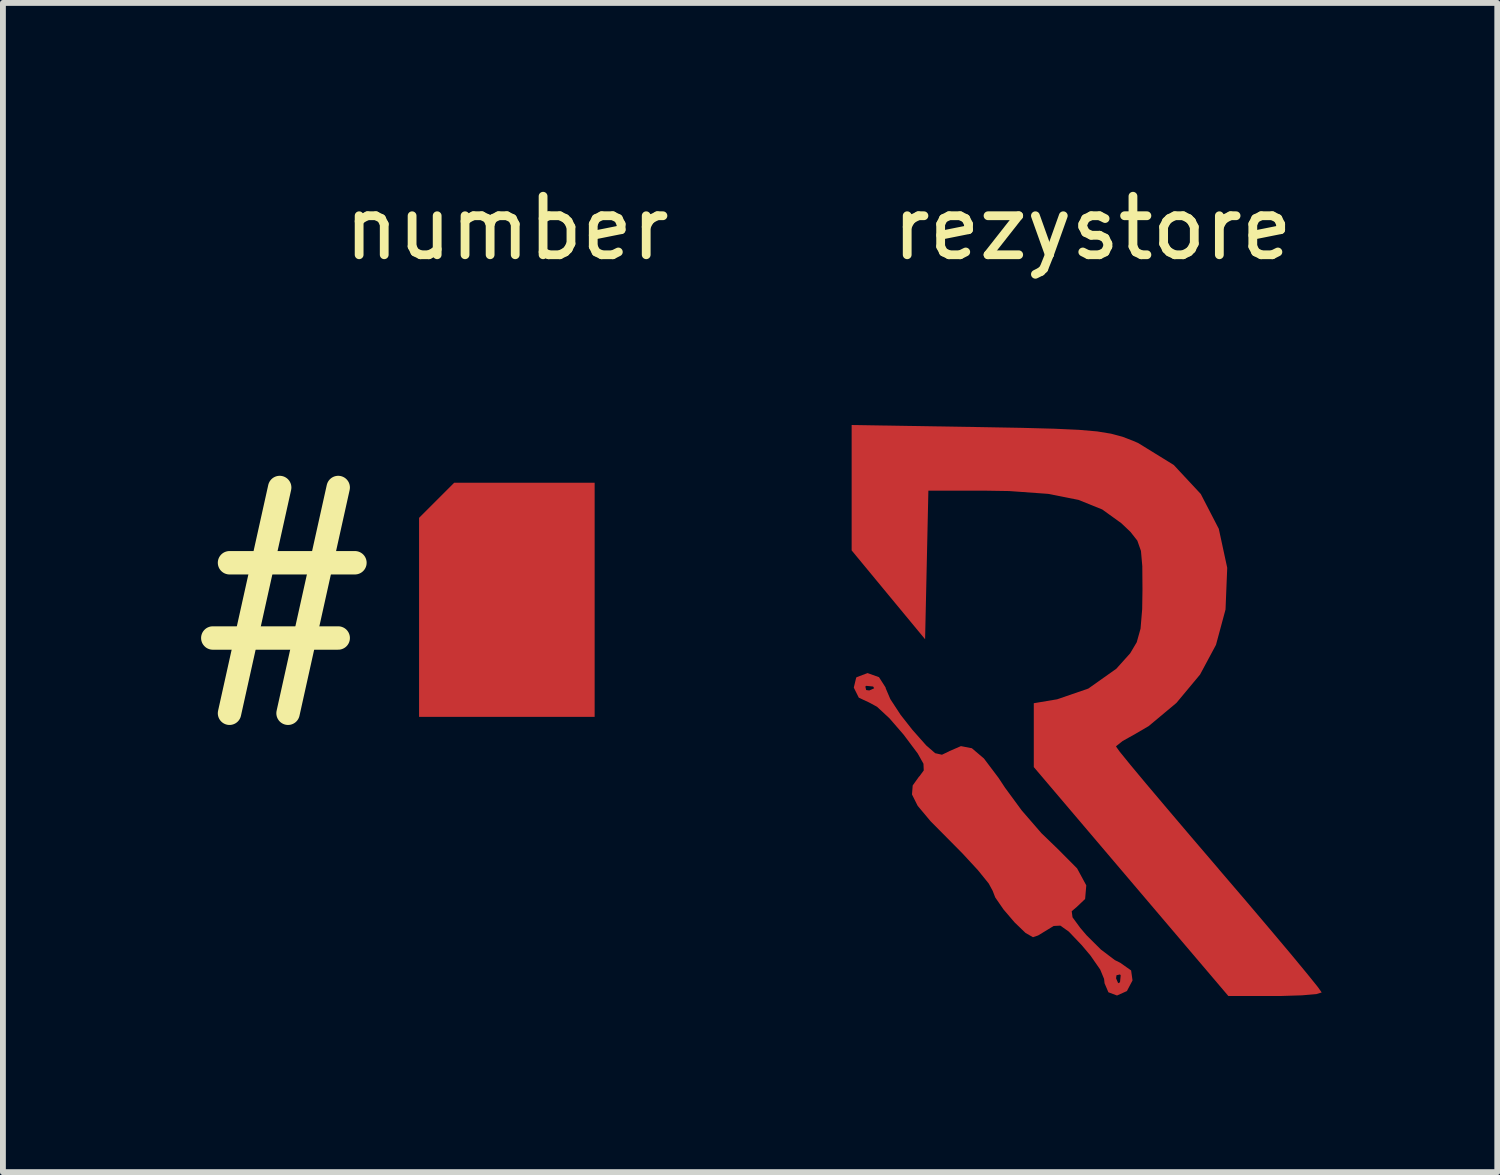
<source format=kicad_pcb>
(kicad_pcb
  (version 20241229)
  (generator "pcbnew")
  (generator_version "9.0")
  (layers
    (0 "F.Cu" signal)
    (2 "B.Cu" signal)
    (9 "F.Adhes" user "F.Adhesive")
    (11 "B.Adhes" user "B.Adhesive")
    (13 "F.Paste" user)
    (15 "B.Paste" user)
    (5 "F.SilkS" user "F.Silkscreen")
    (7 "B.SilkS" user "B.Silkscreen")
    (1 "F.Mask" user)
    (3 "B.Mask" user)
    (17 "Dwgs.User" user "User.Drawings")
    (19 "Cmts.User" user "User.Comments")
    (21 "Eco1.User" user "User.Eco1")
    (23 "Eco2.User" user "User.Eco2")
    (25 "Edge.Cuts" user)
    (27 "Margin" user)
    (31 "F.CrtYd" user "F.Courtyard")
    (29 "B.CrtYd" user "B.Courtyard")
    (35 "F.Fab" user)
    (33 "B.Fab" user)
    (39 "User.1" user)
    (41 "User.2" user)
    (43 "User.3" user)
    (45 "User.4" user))
  (footprint "number"
    (layer "F.Cu")
    (at 5.61 7.198)
    (property "Reference" "number" (at 0 -6.35 0) (unlocked yes) (layer "F.SilkS") (effects (font (size 1 1) (thickness 0.15))))
    (attr smd)
    (fp_text user "#" (at -3.81 0 0) (unlocked yes) (layer "F.SilkS") (effects (font (size 3 3) (thickness 0.4))))
    (pad "1" smd roundrect (at 0 0) (size 3 4) (layers "F.Cu" "F.Mask") (roundrect_rratio 0) (chamfer_ratio 0.2) (chamfer top_left)))
  (footprint "rezystore"
    (layer "F.Cu")
    (at 15.617 9.048)
    (property "Reference" "rezystore" (at 0 -8.2 0) (unlocked yes) (layer "F.SilkS") (effects (font (size 1 1) (thickness 0.15))))
    (attr smd)
    (fp_poly (pts (xy -1.933 -4.801) (xy -1.207 -4.788) (xy -0.651 -4.773) (xy -0.233 -4.754) (xy 0.079 -4.727) (xy 0.317 -4.688) (xy 0.511 -4.636) (xy 0.693 -4.566) (xy 0.782 -4.527) (xy 1.387 -4.154) (xy 1.849 -3.658) (xy 2.157 -3.063) (xy 2.301 -2.397) (xy 2.272 -1.684) (xy 2.109 -1.08) (xy 1.837 -0.573) (xy 1.433 -0.088) (xy 0.959 0.308) (xy 0.728 0.443) (xy 0.514 0.563) (xy 0.405 0.649) (xy 0.402 0.658) (xy 0.464 0.745) (xy 0.641 0.963) (xy 0.916 1.293) (xy 1.271 1.713) (xy 1.689 2.205) (xy 2.153 2.747) (xy 2.158 2.754) (xy 2.623 3.297) (xy 3.042 3.791) (xy 3.398 4.214) (xy 3.673 4.547) (xy 3.851 4.768) (xy 3.915 4.859) (xy 3.915 4.859) (xy 3.823 4.887) (xy 3.577 4.908) (xy 3.227 4.919) (xy 3.118 4.919) (xy 2.32 4.919) (xy 0.658 2.964) (xy -1.004 1.008) (xy -1.004 -0.083) (xy -0.605 -0.15) (xy -0.073 -0.333) (xy 0.406 -0.672) (xy 0.643 -0.936) (xy 0.755 -1.125) (xy 0.82 -1.357) (xy 0.848 -1.69) (xy 0.853 -2.023) (xy 0.85 -2.425) (xy 0.827 -2.685) (xy 0.765 -2.861) (xy 0.647 -3.011) (xy 0.491 -3.159) (xy 0.166 -3.393) (xy -0.24 -3.557) (xy -0.759 -3.66) (xy -1.423 -3.708) (xy -1.859 -3.715) (xy -2.805 -3.715) (xy -2.833 -2.445) (xy -2.861 -1.176) (xy -3.489 -1.935) (xy -4.116 -2.694) (xy -4.116 -4.836)) (stroke (width 0) (type solid)) (fill yes) (layer "F.Cu"))
    (fp_poly (pts (xy -3.649 -0.528) (xy -3.536 -0.352) (xy -3.534 -0.338) (xy -3.455 -0.153) (xy -3.279 0.116) (xy -3.077 0.373) (xy -2.842 0.638) (xy -2.689 0.771) (xy -2.573 0.797) (xy -2.453 0.74) (xy -2.445 0.735) (xy -2.249 0.65) (xy -2.062 0.686) (xy -1.856 0.861) (xy -1.605 1.194) (xy -1.497 1.358) (xy -1.21 1.749) (xy -0.872 2.139) (xy -0.594 2.407) (xy -0.264 2.739) (xy -0.107 3.029) (xy -0.127 3.262) (xy -0.27 3.398) (xy -0.356 3.471) (xy -0.342 3.575) (xy -0.211 3.754) (xy -0.104 3.88) (xy 0.142 4.125) (xy 0.381 4.306) (xy 0.474 4.352) (xy 0.659 4.483) (xy 0.683 4.653) (xy 0.587 4.835) (xy 0.418 4.911) (xy 0.271 4.856) (xy 0.205 4.702) (xy 0.197 4.627) (xy 0.193 4.618) (xy 0.402 4.618) (xy 0.438 4.701) (xy 0.469 4.685) (xy 0.481 4.566) (xy 0.469 4.551) (xy 0.409 4.565) (xy 0.402 4.618) (xy 0.193 4.618) (xy 0.131 4.468) (xy -0.035 4.229) (xy -0.184 4.052) (xy -0.406 3.819) (xy -0.55 3.717) (xy -0.665 3.723) (xy -0.751 3.776) (xy -0.93 3.885) (xy -1.018 3.915) (xy -1.145 3.842) (xy -1.331 3.663) (xy -1.521 3.441) (xy -1.663 3.235) (xy -1.706 3.123) (xy -1.775 2.996) (xy -1.958 2.77) (xy -2.224 2.482) (xy -2.409 2.295) (xy -2.768 1.933) (xy -2.988 1.67) (xy -3.085 1.476) (xy -3.073 1.322) (xy -2.968 1.175) (xy -2.955 1.162) (xy -2.884 1.065) (xy -2.889 0.951) (xy -2.987 0.776) (xy -3.196 0.497) (xy -3.23 0.452) (xy -3.469 0.176) (xy -3.682 -0.022) (xy -3.826 -0.1) (xy -3.828 -0.1) (xy -3.994 -0.178) (xy -4.079 -0.349) (xy -4.075 -0.368) (xy -3.882 -0.368) (xy -3.868 -0.308) (xy -3.815 -0.301) (xy -3.732 -0.338) (xy -3.748 -0.368) (xy -3.867 -0.38) (xy -3.882 -0.368) (xy -4.075 -0.368) (xy -4.039 -0.518) (xy -4.03 -0.528) (xy -3.844 -0.598)) (stroke (width 0) (type solid)) (fill yes) (layer "F.Cu"))
    (fp_poly (pts (xy -1.936 -4.791) (xy -1.211 -4.778) (xy -0.655 -4.764) (xy -0.236 -4.744) (xy 0.076 -4.717) (xy 0.313 -4.679) (xy 0.507 -4.627) (xy 0.69 -4.557) (xy 0.778 -4.518) (xy 1.384 -4.145) (xy 1.846 -3.648) (xy 2.153 -3.054) (xy 2.298 -2.387) (xy 2.268 -1.675) (xy 2.106 -1.07) (xy 1.834 -0.564) (xy 1.429 -0.078) (xy 0.955 0.317) (xy 0.724 0.453) (xy 0.511 0.573) (xy 0.402 0.658) (xy 0.398 0.668) (xy 0.461 0.754) (xy 0.638 0.972) (xy 0.912 1.302) (xy 1.267 1.723) (xy 1.685 2.214) (xy 2.149 2.757) (xy 2.155 2.763) (xy 2.62 3.306) (xy 3.039 3.8) (xy 3.394 4.223) (xy 3.67 4.556) (xy 3.848 4.778) (xy 3.912 4.868) (xy 3.912 4.868) (xy 3.819 4.896) (xy 3.574 4.918) (xy 3.223 4.928) (xy 3.114 4.929) (xy 2.317 4.929) (xy 0.655 2.973) (xy -1.008 1.017) (xy -1.008 -0.073) (xy -0.608 -0.141) (xy -0.077 -0.324) (xy 0.403 -0.662) (xy 0.64 -0.927) (xy 0.751 -1.116) (xy 0.816 -1.348) (xy 0.845 -1.68) (xy 0.85 -2.014) (xy 0.846 -2.416) (xy 0.823 -2.676) (xy 0.761 -2.852) (xy 0.643 -3.002) (xy 0.487 -3.15) (xy 0.162 -3.383) (xy -0.244 -3.548) (xy -0.762 -3.65) (xy -1.427 -3.699) (xy -1.863 -3.705) (xy -2.809 -3.705) (xy -2.837 -2.436) (xy -2.865 -1.167) (xy -3.492 -1.926) (xy -4.12 -2.685) (xy -4.12 -4.827)) (stroke (width 0) (type solid)) (fill yes) (layer "F.Mask"))
    (fp_poly (pts (xy -3.653 -0.518) (xy -3.54 -0.342) (xy -3.537 -0.329) (xy -3.458 -0.144) (xy -3.283 0.125) (xy -3.081 0.382) (xy -2.846 0.648) (xy -2.692 0.781) (xy -2.577 0.806) (xy -2.456 0.749) (xy -2.448 0.744) (xy -2.252 0.659) (xy -2.065 0.695) (xy -1.86 0.87) (xy -1.609 1.203) (xy -1.5 1.367) (xy -1.214 1.759) (xy -0.876 2.148) (xy -0.598 2.416) (xy -0.268 2.748) (xy -0.111 3.038) (xy -0.13 3.271) (xy -0.274 3.408) (xy -0.36 3.48) (xy -0.345 3.584) (xy -0.215 3.764) (xy -0.107 3.889) (xy 0.138 4.134) (xy 0.377 4.315) (xy 0.47 4.362) (xy 0.656 4.492) (xy 0.68 4.662) (xy 0.584 4.844) (xy 0.414 4.92) (xy 0.268 4.865) (xy 0.202 4.711) (xy 0.193 4.636) (xy 0.19 4.628) (xy 0.398 4.628) (xy 0.435 4.71) (xy 0.465 4.694) (xy 0.477 4.575) (xy 0.465 4.561) (xy 0.405 4.574) (xy 0.398 4.628) (xy 0.19 4.628) (xy 0.127 4.477) (xy -0.039 4.238) (xy -0.187 4.061) (xy -0.41 3.828) (xy -0.554 3.726) (xy -0.668 3.732) (xy -0.755 3.785) (xy -0.934 3.895) (xy -1.022 3.925) (xy -1.149 3.852) (xy -1.334 3.673) (xy -1.525 3.45) (xy -1.667 3.244) (xy -1.71 3.132) (xy -1.778 3.006) (xy -1.961 2.779) (xy -2.228 2.491) (xy -2.413 2.305) (xy -2.771 1.942) (xy -2.992 1.679) (xy -3.089 1.486) (xy -3.077 1.331) (xy -2.971 1.185) (xy -2.959 1.172) (xy -2.888 1.074) (xy -2.893 0.96) (xy -2.991 0.785) (xy -3.199 0.506) (xy -3.234 0.462) (xy -3.472 0.185) (xy -3.686 -0.013) (xy -3.83 -0.091) (xy -3.832 -0.091) (xy -3.998 -0.169) (xy -4.083 -0.339) (xy -4.078 -0.359) (xy -3.886 -0.359) (xy -3.872 -0.299) (xy -3.819 -0.292) (xy -3.736 -0.329) (xy -3.752 -0.359) (xy -3.871 -0.371) (xy -3.886 -0.359) (xy -4.078 -0.359) (xy -4.043 -0.509) (xy -4.033 -0.519) (xy -3.848 -0.589)) (stroke (width 0) (type solid)) (fill yes) (layer "F.Mask"))
    (fp_poly (pts (xy -1.933 -4.801) (xy -1.207 -4.788) (xy -0.651 -4.773) (xy -0.233 -4.754) (xy 0.079 -4.727) (xy 0.317 -4.688) (xy 0.511 -4.636) (xy 0.693 -4.566) (xy 0.782 -4.527) (xy 1.387 -4.154) (xy 1.849 -3.658) (xy 2.157 -3.063) (xy 2.301 -2.397) (xy 2.272 -1.684) (xy 2.109 -1.08) (xy 1.837 -0.573) (xy 1.433 -0.088) (xy 0.959 0.308) (xy 0.728 0.443) (xy 0.514 0.563) (xy 0.405 0.649) (xy 0.402 0.658) (xy 0.464 0.745) (xy 0.641 0.963) (xy 0.916 1.293) (xy 1.271 1.713) (xy 1.689 2.205) (xy 2.153 2.747) (xy 2.158 2.754) (xy 2.623 3.297) (xy 3.042 3.791) (xy 3.398 4.214) (xy 3.673 4.547) (xy 3.851 4.768) (xy 3.915 4.859) (xy 3.915 4.859) (xy 3.823 4.887) (xy 3.577 4.908) (xy 3.227 4.919) (xy 3.118 4.919) (xy 2.32 4.919) (xy 0.658 2.964) (xy -1.004 1.008) (xy -1.004 -0.083) (xy -0.605 -0.15) (xy -0.073 -0.333) (xy 0.406 -0.672) (xy 0.643 -0.936) (xy 0.755 -1.125) (xy 0.82 -1.357) (xy 0.848 -1.69) (xy 0.853 -2.023) (xy 0.85 -2.425) (xy 0.827 -2.685) (xy 0.765 -2.861) (xy 0.647 -3.011) (xy 0.491 -3.159) (xy 0.166 -3.393) (xy -0.24 -3.557) (xy -0.759 -3.66) (xy -1.423 -3.708) (xy -1.859 -3.715) (xy -2.805 -3.715) (xy -2.833 -2.445) (xy -2.861 -1.176) (xy -3.489 -1.935) (xy -4.116 -2.694) (xy -4.116 -4.836)) (stroke (width 0) (type solid)) (fill yes) (layer "F.Paste"))
    (fp_poly (pts (xy -3.649 -0.528) (xy -3.536 -0.352) (xy -3.534 -0.338) (xy -3.455 -0.153) (xy -3.279 0.116) (xy -3.077 0.373) (xy -2.842 0.638) (xy -2.689 0.771) (xy -2.573 0.797) (xy -2.453 0.74) (xy -2.445 0.735) (xy -2.249 0.65) (xy -2.062 0.686) (xy -1.856 0.861) (xy -1.605 1.194) (xy -1.497 1.358) (xy -1.21 1.749) (xy -0.872 2.139) (xy -0.594 2.407) (xy -0.264 2.739) (xy -0.107 3.029) (xy -0.127 3.262) (xy -0.27 3.398) (xy -0.356 3.471) (xy -0.342 3.575) (xy -0.211 3.754) (xy -0.104 3.88) (xy 0.142 4.125) (xy 0.381 4.306) (xy 0.474 4.352) (xy 0.659 4.483) (xy 0.683 4.653) (xy 0.587 4.835) (xy 0.418 4.911) (xy 0.271 4.856) (xy 0.205 4.702) (xy 0.197 4.627) (xy 0.193 4.618) (xy 0.402 4.618) (xy 0.438 4.701) (xy 0.469 4.685) (xy 0.481 4.566) (xy 0.469 4.551) (xy 0.409 4.565) (xy 0.402 4.618) (xy 0.193 4.618) (xy 0.131 4.468) (xy -0.035 4.229) (xy -0.184 4.052) (xy -0.406 3.819) (xy -0.55 3.717) (xy -0.665 3.723) (xy -0.751 3.776) (xy -0.93 3.885) (xy -1.018 3.915) (xy -1.145 3.842) (xy -1.331 3.663) (xy -1.521 3.441) (xy -1.663 3.235) (xy -1.706 3.123) (xy -1.775 2.996) (xy -1.958 2.77) (xy -2.224 2.482) (xy -2.409 2.295) (xy -2.768 1.933) (xy -2.988 1.67) (xy -3.085 1.476) (xy -3.073 1.322) (xy -2.968 1.175) (xy -2.955 1.162) (xy -2.884 1.065) (xy -2.889 0.951) (xy -2.987 0.776) (xy -3.196 0.497) (xy -3.23 0.452) (xy -3.469 0.176) (xy -3.682 -0.022) (xy -3.826 -0.1) (xy -3.828 -0.1) (xy -3.994 -0.178) (xy -4.079 -0.349) (xy -4.075 -0.368) (xy -3.882 -0.368) (xy -3.868 -0.308) (xy -3.815 -0.301) (xy -3.732 -0.338) (xy -3.748 -0.368) (xy -3.867 -0.38) (xy -3.882 -0.368) (xy -4.075 -0.368) (xy -4.039 -0.518) (xy -4.03 -0.528) (xy -3.844 -0.598)) (stroke (width 0) (type solid)) (fill yes) (layer "F.Paste")))
  (gr_rect
    (start -3 -3)
    (end 22.532 16.977)
    (stroke (width 0.1) (type default))
    (fill no)
    (layer "Edge.Cuts")))
</source>
